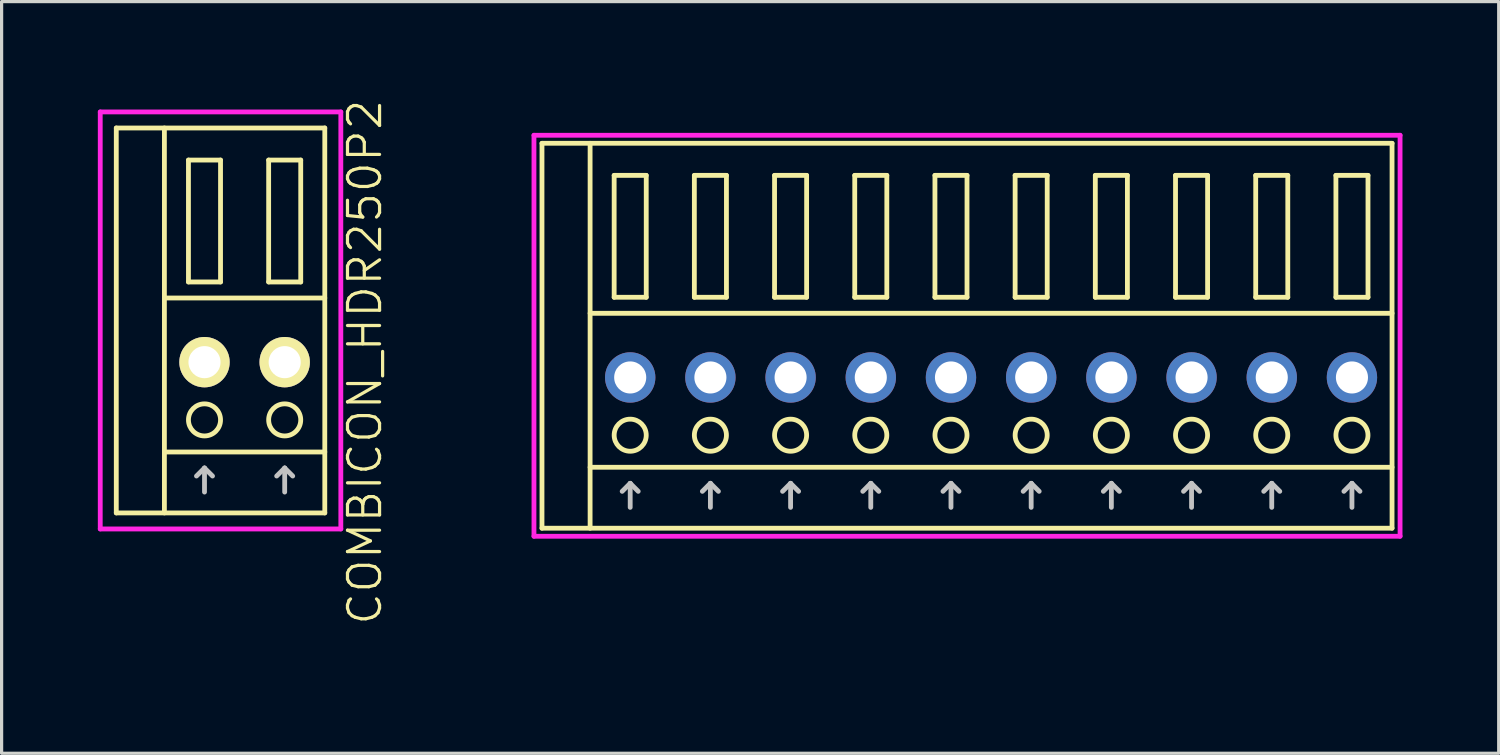
<source format=kicad_pcb>
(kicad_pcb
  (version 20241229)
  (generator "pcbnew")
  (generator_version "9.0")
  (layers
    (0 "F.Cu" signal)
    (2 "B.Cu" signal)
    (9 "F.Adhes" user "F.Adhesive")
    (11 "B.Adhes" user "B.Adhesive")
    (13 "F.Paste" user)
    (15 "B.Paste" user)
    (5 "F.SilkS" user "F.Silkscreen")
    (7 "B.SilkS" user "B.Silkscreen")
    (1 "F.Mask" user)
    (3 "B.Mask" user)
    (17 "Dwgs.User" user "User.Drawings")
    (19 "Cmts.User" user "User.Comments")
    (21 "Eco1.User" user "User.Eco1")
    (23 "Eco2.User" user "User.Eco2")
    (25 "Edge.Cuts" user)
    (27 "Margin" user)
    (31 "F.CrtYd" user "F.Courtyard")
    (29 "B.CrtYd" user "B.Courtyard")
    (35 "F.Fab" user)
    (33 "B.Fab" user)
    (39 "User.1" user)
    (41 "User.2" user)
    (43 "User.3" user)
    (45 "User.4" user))
  (footprint "COMBICON_HDR250P10"
    (layer "F.Cu")
    (at 27.846 8.717)
    (property "Reference" "COMBICON_HDR250P10" (at -15 0 90) (layer "User.1") (effects (font (size 1 1) (thickness 0.1))))
    (attr through_hole)
    (fp_line (start -14 -7.3) (end -14 4.7) (stroke (width 0.15) (type solid)) (layer "F.SilkS"))
    (fp_line (start -14 4.7) (end 12.5 4.7) (stroke (width 0.15) (type solid)) (layer "F.SilkS"))
    (fp_line (start -12.5 -2) (end 12.5 -2) (stroke (width 0.15) (type solid)) (layer "F.SilkS"))
    (fp_line (start -12.5 2.8) (end 12.5 2.8) (stroke (width 0.15) (type solid)) (layer "F.SilkS"))
    (fp_line (start -12.5 4.7) (end -12.5 -7.3) (stroke (width 0.15) (type solid)) (layer "F.SilkS"))
    (fp_line (start -11.75 -6.3) (end -11.75 -2.5) (stroke (width 0.15) (type solid)) (layer "F.SilkS"))
    (fp_line (start -11.75 -2.5) (end -10.75 -2.5) (stroke (width 0.15) (type solid)) (layer "F.SilkS"))
    (fp_line (start -10.75 -6.3) (end -11.75 -6.3) (stroke (width 0.15) (type solid)) (layer "F.SilkS"))
    (fp_line (start -10.75 -2.5) (end -10.75 -6.3) (stroke (width 0.15) (type solid)) (layer "F.SilkS"))
    (fp_line (start -9.25 -6.3) (end -9.25 -2.5) (stroke (width 0.15) (type solid)) (layer "F.SilkS"))
    (fp_line (start -9.25 -2.5) (end -8.25 -2.5) (stroke (width 0.15) (type solid)) (layer "F.SilkS"))
    (fp_line (start -8.25 -6.3) (end -9.25 -6.3) (stroke (width 0.15) (type solid)) (layer "F.SilkS"))
    (fp_line (start -8.25 -2.5) (end -8.25 -6.3) (stroke (width 0.15) (type solid)) (layer "F.SilkS"))
    (fp_line (start -6.75 -6.3) (end -6.75 -2.5) (stroke (width 0.15) (type solid)) (layer "F.SilkS"))
    (fp_line (start -6.75 -2.5) (end -5.75 -2.5) (stroke (width 0.15) (type solid)) (layer "F.SilkS"))
    (fp_line (start -5.75 -6.3) (end -6.75 -6.3) (stroke (width 0.15) (type solid)) (layer "F.SilkS"))
    (fp_line (start -5.75 -2.5) (end -5.75 -6.3) (stroke (width 0.15) (type solid)) (layer "F.SilkS"))
    (fp_line (start -4.25 -6.3) (end -4.25 -2.5) (stroke (width 0.15) (type solid)) (layer "F.SilkS"))
    (fp_line (start -4.25 -2.5) (end -3.25 -2.5) (stroke (width 0.15) (type solid)) (layer "F.SilkS"))
    (fp_line (start -3.25 -6.3) (end -4.25 -6.3) (stroke (width 0.15) (type solid)) (layer "F.SilkS"))
    (fp_line (start -3.25 -2.5) (end -3.25 -6.3) (stroke (width 0.15) (type solid)) (layer "F.SilkS"))
    (fp_line (start -1.75 -6.3) (end -1.75 -2.5) (stroke (width 0.15) (type solid)) (layer "F.SilkS"))
    (fp_line (start -1.75 -2.5) (end -0.75 -2.5) (stroke (width 0.15) (type solid)) (layer "F.SilkS"))
    (fp_line (start -0.75 -6.3) (end -1.75 -6.3) (stroke (width 0.15) (type solid)) (layer "F.SilkS"))
    (fp_line (start -0.75 -2.5) (end -0.75 -6.3) (stroke (width 0.15) (type solid)) (layer "F.SilkS"))
    (fp_line (start 0.75 -6.3) (end 0.75 -2.5) (stroke (width 0.15) (type solid)) (layer "F.SilkS"))
    (fp_line (start 0.75 -2.5) (end 1.75 -2.5) (stroke (width 0.15) (type solid)) (layer "F.SilkS"))
    (fp_line (start 1.75 -6.3) (end 0.75 -6.3) (stroke (width 0.15) (type solid)) (layer "F.SilkS"))
    (fp_line (start 1.75 -2.5) (end 1.75 -6.3) (stroke (width 0.15) (type solid)) (layer "F.SilkS"))
    (fp_line (start 3.25 -6.3) (end 3.25 -2.5) (stroke (width 0.15) (type solid)) (layer "F.SilkS"))
    (fp_line (start 3.25 -2.5) (end 4.25 -2.5) (stroke (width 0.15) (type solid)) (layer "F.SilkS"))
    (fp_line (start 4.25 -6.3) (end 3.25 -6.3) (stroke (width 0.15) (type solid)) (layer "F.SilkS"))
    (fp_line (start 4.25 -2.5) (end 4.25 -6.3) (stroke (width 0.15) (type solid)) (layer "F.SilkS"))
    (fp_line (start 5.75 -6.3) (end 5.75 -2.5) (stroke (width 0.15) (type solid)) (layer "F.SilkS"))
    (fp_line (start 5.75 -2.5) (end 6.75 -2.5) (stroke (width 0.15) (type solid)) (layer "F.SilkS"))
    (fp_line (start 6.75 -6.3) (end 5.75 -6.3) (stroke (width 0.15) (type solid)) (layer "F.SilkS"))
    (fp_line (start 6.75 -2.5) (end 6.75 -6.3) (stroke (width 0.15) (type solid)) (layer "F.SilkS"))
    (fp_line (start 8.25 -6.3) (end 8.25 -2.5) (stroke (width 0.15) (type solid)) (layer "F.SilkS"))
    (fp_line (start 8.25 -2.5) (end 9.25 -2.5) (stroke (width 0.15) (type solid)) (layer "F.SilkS"))
    (fp_line (start 9.25 -6.3) (end 8.25 -6.3) (stroke (width 0.15) (type solid)) (layer "F.SilkS"))
    (fp_line (start 9.25 -2.5) (end 9.25 -6.3) (stroke (width 0.15) (type solid)) (layer "F.SilkS"))
    (fp_line (start 10.75 -6.3) (end 10.75 -2.5) (stroke (width 0.15) (type solid)) (layer "F.SilkS"))
    (fp_line (start 10.75 -2.5) (end 11.75 -2.5) (stroke (width 0.15) (type solid)) (layer "F.SilkS"))
    (fp_line (start 11.75 -6.3) (end 10.75 -6.3) (stroke (width 0.15) (type solid)) (layer "F.SilkS"))
    (fp_line (start 11.75 -2.5) (end 11.75 -6.3) (stroke (width 0.15) (type solid)) (layer "F.SilkS"))
    (fp_line (start 12.5 -7.3) (end -14 -7.3) (stroke (width 0.15) (type solid)) (layer "F.SilkS"))
    (fp_line (start 12.5 4.7) (end 12.5 -7.3) (stroke (width 0.15) (type solid)) (layer "F.SilkS"))
    (fp_circle (center -11.25 1.8) (end -10.75 1.8) (stroke (width 0.15) (type solid)) (fill no) (layer "F.SilkS"))
    (fp_circle (center -8.75 1.8) (end -8.25 1.8) (stroke (width 0.15) (type solid)) (fill no) (layer "F.SilkS"))
    (fp_circle (center -6.25 1.8) (end -5.75 1.8) (stroke (width 0.15) (type solid)) (fill no) (layer "F.SilkS"))
    (fp_circle (center -3.75 1.8) (end -3.25 1.8) (stroke (width 0.15) (type solid)) (fill no) (layer "F.SilkS"))
    (fp_circle (center -1.25 1.8) (end -0.75 1.8) (stroke (width 0.15) (type solid)) (fill no) (layer "F.SilkS"))
    (fp_circle (center 1.25 1.8) (end 1.75 1.8) (stroke (width 0.15) (type solid)) (fill no) (layer "F.SilkS"))
    (fp_circle (center 3.75 1.8) (end 4.25 1.8) (stroke (width 0.15) (type solid)) (fill no) (layer "F.SilkS"))
    (fp_circle (center 6.25 1.8) (end 6.75 1.8) (stroke (width 0.15) (type solid)) (fill no) (layer "F.SilkS"))
    (fp_circle (center 8.75 1.8) (end 9.25 1.8) (stroke (width 0.15) (type solid)) (fill no) (layer "F.SilkS"))
    (fp_circle (center 11.25 1.8) (end 11.75 1.8) (stroke (width 0.15) (type solid)) (fill no) (layer "F.SilkS"))
    (fp_line (start -11.5 3.55) (end -11.25 3.3) (stroke (width 0.15) (type solid)) (layer "Dwgs.User"))
    (fp_line (start -11.25 4.05) (end -11.25 3.3) (stroke (width 0.15) (type solid)) (layer "Dwgs.User"))
    (fp_line (start -11 3.55) (end -11.25 3.3) (stroke (width 0.15) (type solid)) (layer "Dwgs.User"))
    (fp_line (start -9 3.55) (end -8.75 3.3) (stroke (width 0.15) (type solid)) (layer "Dwgs.User"))
    (fp_line (start -8.75 4.05) (end -8.75 3.3) (stroke (width 0.15) (type solid)) (layer "Dwgs.User"))
    (fp_line (start -8.5 3.55) (end -8.75 3.3) (stroke (width 0.15) (type solid)) (layer "Dwgs.User"))
    (fp_line (start -6.5 3.55) (end -6.25 3.3) (stroke (width 0.15) (type solid)) (layer "Dwgs.User"))
    (fp_line (start -6.25 4.05) (end -6.25 3.3) (stroke (width 0.15) (type solid)) (layer "Dwgs.User"))
    (fp_line (start -6 3.55) (end -6.25 3.3) (stroke (width 0.15) (type solid)) (layer "Dwgs.User"))
    (fp_line (start -4 3.55) (end -3.75 3.3) (stroke (width 0.15) (type solid)) (layer "Dwgs.User"))
    (fp_line (start -3.75 4.05) (end -3.75 3.3) (stroke (width 0.15) (type solid)) (layer "Dwgs.User"))
    (fp_line (start -3.5 3.55) (end -3.75 3.3) (stroke (width 0.15) (type solid)) (layer "Dwgs.User"))
    (fp_line (start -1.5 3.55) (end -1.25 3.3) (stroke (width 0.15) (type solid)) (layer "Dwgs.User"))
    (fp_line (start -1.25 4.05) (end -1.25 3.3) (stroke (width 0.15) (type solid)) (layer "Dwgs.User"))
    (fp_line (start -1 3.55) (end -1.25 3.3) (stroke (width 0.15) (type solid)) (layer "Dwgs.User"))
    (fp_line (start 1 3.55) (end 1.25 3.3) (stroke (width 0.15) (type solid)) (layer "Dwgs.User"))
    (fp_line (start 1.25 4.05) (end 1.25 3.3) (stroke (width 0.15) (type solid)) (layer "Dwgs.User"))
    (fp_line (start 1.5 3.55) (end 1.25 3.3) (stroke (width 0.15) (type solid)) (layer "Dwgs.User"))
    (fp_line (start 3.5 3.55) (end 3.75 3.3) (stroke (width 0.15) (type solid)) (layer "Dwgs.User"))
    (fp_line (start 3.75 4.05) (end 3.75 3.3) (stroke (width 0.15) (type solid)) (layer "Dwgs.User"))
    (fp_line (start 4 3.55) (end 3.75 3.3) (stroke (width 0.15) (type solid)) (layer "Dwgs.User"))
    (fp_line (start 6 3.55) (end 6.25 3.3) (stroke (width 0.15) (type solid)) (layer "Dwgs.User"))
    (fp_line (start 6.25 4.05) (end 6.25 3.3) (stroke (width 0.15) (type solid)) (layer "Dwgs.User"))
    (fp_line (start 6.5 3.55) (end 6.25 3.3) (stroke (width 0.15) (type solid)) (layer "Dwgs.User"))
    (fp_line (start 8.5 3.55) (end 8.75 3.3) (stroke (width 0.15) (type solid)) (layer "Dwgs.User"))
    (fp_line (start 8.75 4.05) (end 8.75 3.3) (stroke (width 0.15) (type solid)) (layer "Dwgs.User"))
    (fp_line (start 9 3.55) (end 8.75 3.3) (stroke (width 0.15) (type solid)) (layer "Dwgs.User"))
    (fp_line (start 11 3.55) (end 11.25 3.3) (stroke (width 0.15) (type solid)) (layer "Dwgs.User"))
    (fp_line (start 11.25 4.05) (end 11.25 3.3) (stroke (width 0.15) (type solid)) (layer "Dwgs.User"))
    (fp_line (start 11.5 3.55) (end 11.25 3.3) (stroke (width 0.15) (type solid)) (layer "Dwgs.User"))
    (fp_line (start -14.25 -7.55) (end -14.25 4.95) (stroke (width 0.15) (type solid)) (layer "F.CrtYd"))
    (fp_line (start -14.25 4.95) (end 12.75 4.95) (stroke (width 0.15) (type solid)) (layer "F.CrtYd"))
    (fp_line (start 12.75 -7.55) (end -14.25 -7.55) (stroke (width 0.15) (type solid)) (layer "F.CrtYd"))
    (fp_line (start 12.75 4.95) (end 12.75 -7.55) (stroke (width 0.15) (type solid)) (layer "F.CrtYd"))
    (pad "1" thru_hole oval (at -11.25 0) (size 1.57 1.57) (drill 1) (layers "*.Cu" "*.Mask"))
    (pad "2" thru_hole oval (at -8.75 0) (size 1.57 1.57) (drill 1) (layers "*.Cu" "*.Mask"))
    (pad "3" thru_hole oval (at -6.25 0) (size 1.57 1.57) (drill 1) (layers "*.Cu" "*.Mask"))
    (pad "4" thru_hole oval (at -3.75 0) (size 1.57 1.57) (drill 1) (layers "*.Cu" "*.Mask"))
    (pad "5" thru_hole oval (at -1.25 0) (size 1.57 1.57) (drill 1) (layers "*.Cu" "*.Mask"))
    (pad "6" thru_hole oval (at 1.25 0) (size 1.57 1.57) (drill 1) (layers "*.Cu" "*.Mask"))
    (pad "7" thru_hole oval (at 3.75 0) (size 1.57 1.57) (drill 1) (layers "*.Cu" "*.Mask"))
    (pad "8" thru_hole oval (at 6.25 0) (size 1.57 1.57) (drill 1) (layers "*.Cu" "*.Mask"))
    (pad "9" thru_hole oval (at 8.75 0) (size 1.57 1.57) (drill 1) (layers "*.Cu" "*.Mask"))
    (pad "10" thru_hole oval (at 11.25 0) (size 1.57 1.57) (drill 1) (layers "*.Cu" "*.Mask")))
  (footprint "COMBICON_HDR250P2"
    (layer "F.Cu")
    (at 4.575 8.24)
    (property "Reference" "COMBICON_HDR250P2" (at 3.75 0 90) (layer "F.SilkS") (effects (font (size 1 1) (thickness 0.1))))
    (attr through_hole)
    (fp_line (start -4 -7.3) (end -4 4.7) (stroke (width 0.15) (type solid)) (layer "F.SilkS"))
    (fp_line (start -4 4.7) (end 2.5 4.7) (stroke (width 0.15) (type solid)) (layer "F.SilkS"))
    (fp_line (start -2.5 -2) (end 2.5 -2) (stroke (width 0.15) (type solid)) (layer "F.SilkS"))
    (fp_line (start -2.5 2.8) (end 2.5 2.8) (stroke (width 0.15) (type solid)) (layer "F.SilkS"))
    (fp_line (start -2.5 4.7) (end -2.5 -7.3) (stroke (width 0.15) (type solid)) (layer "F.SilkS"))
    (fp_line (start -1.75 -6.3) (end -1.75 -2.5) (stroke (width 0.15) (type solid)) (layer "F.SilkS"))
    (fp_line (start -1.75 -2.5) (end -0.75 -2.5) (stroke (width 0.15) (type solid)) (layer "F.SilkS"))
    (fp_line (start -0.75 -6.3) (end -1.75 -6.3) (stroke (width 0.15) (type solid)) (layer "F.SilkS"))
    (fp_line (start -0.75 -2.5) (end -0.75 -6.3) (stroke (width 0.15) (type solid)) (layer "F.SilkS"))
    (fp_line (start 0.75 -6.3) (end 0.75 -2.5) (stroke (width 0.15) (type solid)) (layer "F.SilkS"))
    (fp_line (start 0.75 -2.5) (end 1.75 -2.5) (stroke (width 0.15) (type solid)) (layer "F.SilkS"))
    (fp_line (start 1.75 -6.3) (end 0.75 -6.3) (stroke (width 0.15) (type solid)) (layer "F.SilkS"))
    (fp_line (start 1.75 -2.5) (end 1.75 -6.3) (stroke (width 0.15) (type solid)) (layer "F.SilkS"))
    (fp_line (start 2.5 -7.3) (end -4 -7.3) (stroke (width 0.15) (type solid)) (layer "F.SilkS"))
    (fp_line (start 2.5 4.7) (end 2.5 -7.3) (stroke (width 0.15) (type solid)) (layer "F.SilkS"))
    (fp_circle (center -1.25 1.8) (end -0.75 1.8) (stroke (width 0.15) (type solid)) (fill no) (layer "F.SilkS"))
    (fp_circle (center 1.25 1.8) (end 1.75 1.8) (stroke (width 0.15) (type solid)) (fill no) (layer "F.SilkS"))
    (fp_line (start -1.5 3.55) (end -1.25 3.3) (stroke (width 0.15) (type solid)) (layer "Dwgs.User"))
    (fp_line (start -1.25 4.05) (end -1.25 3.3) (stroke (width 0.15) (type solid)) (layer "Dwgs.User"))
    (fp_line (start -1 3.55) (end -1.25 3.3) (stroke (width 0.15) (type solid)) (layer "Dwgs.User"))
    (fp_line (start 1 3.55) (end 1.25 3.3) (stroke (width 0.15) (type solid)) (layer "Dwgs.User"))
    (fp_line (start 1.25 4.05) (end 1.25 3.3) (stroke (width 0.15) (type solid)) (layer "Dwgs.User"))
    (fp_line (start 1.5 3.55) (end 1.25 3.3) (stroke (width 0.15) (type solid)) (layer "Dwgs.User"))
    (fp_line (start -4.5 -7.8) (end -4.5 5.2) (stroke (width 0.15) (type solid)) (layer "F.CrtYd"))
    (fp_line (start -4.5 5.2) (end 3 5.2) (stroke (width 0.15) (type solid)) (layer "F.CrtYd"))
    (fp_line (start 3 -7.8) (end -4.5 -7.8) (stroke (width 0.15) (type solid)) (layer "F.CrtYd"))
    (fp_line (start 3 5.2) (end 3 -7.8) (stroke (width 0.15) (type solid)) (layer "F.CrtYd"))
    (pad "1" thru_hole oval (at -1.25 0) (size 1.57 1.57) (drill 1) (layers "*.Cu" "*.Mask" "F.SilkS"))
    (pad "2" thru_hole oval (at 1.25 0) (size 1.57 1.57) (drill 1) (layers "*.Cu" "*.Mask" "F.SilkS")))
  (gr_rect
    (start -3 -3)
    (end 43.671 20.433)
    (stroke (width 0.1) (type default))
    (fill no)
    (layer "Edge.Cuts")))
</source>
